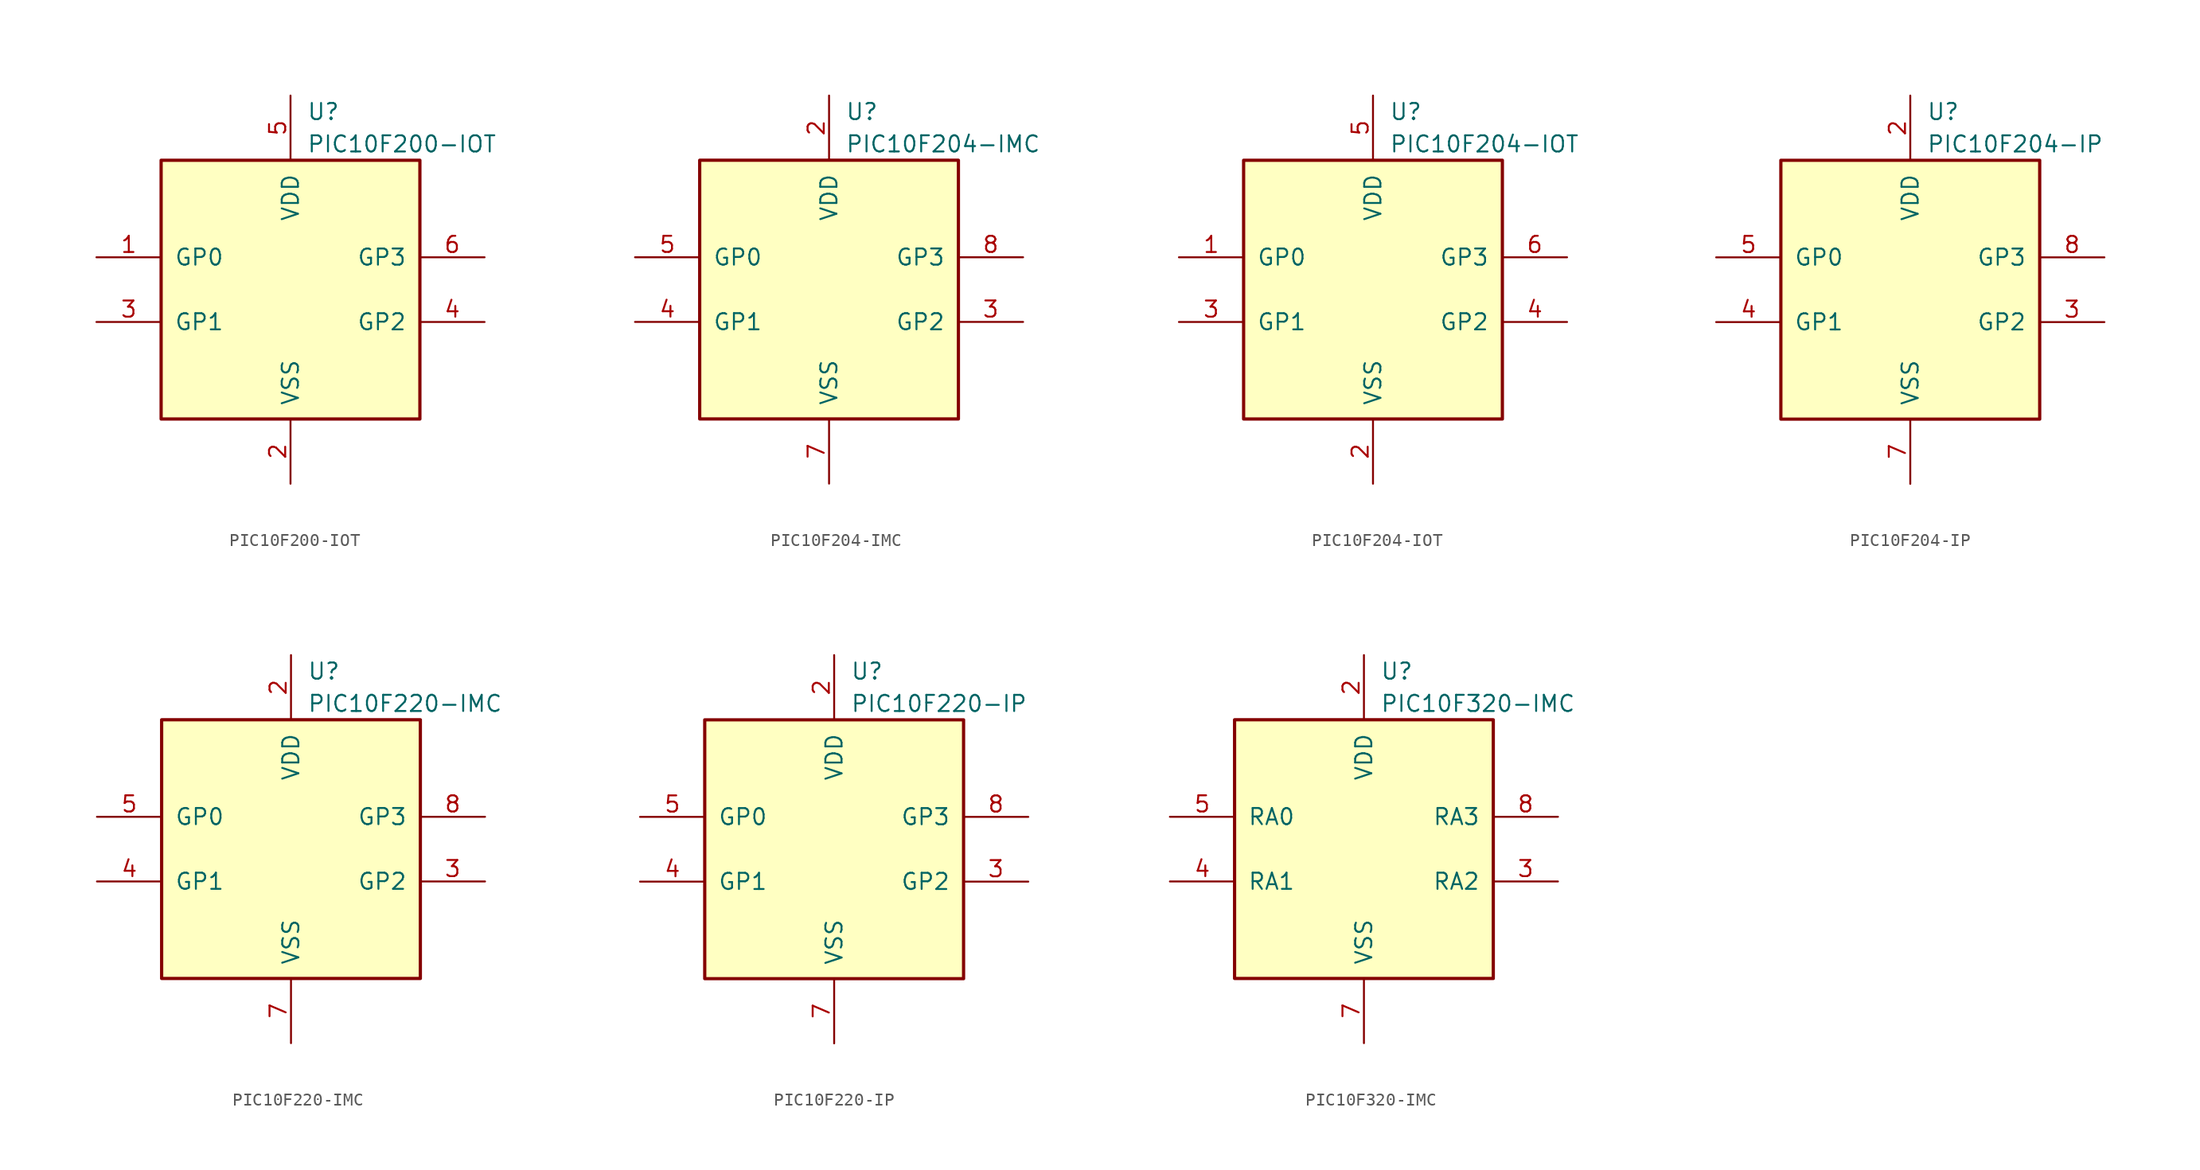
<source format=kicad_sym>
(kicad_symbol_lib
  (version 20231120)
  (generator "kicad_symbol_editor")
  (generator_version "8.0")
  (symbol "PIC10F200-IOT"
    (pin_names
      (offset 1.016))
    (property "Reference" "U"
      (at 1.27 13.97 0)
      (effects (font (size 1.27 1.27)) (justify left)))
    (property "Value" "PIC10F200-IOT"
      (at 1.27 11.43 0)
      (effects (font (size 1.27 1.27)) (justify left)))
    (symbol "PIC10F200-IOT_0_1"
      (rectangle (start -10.16 10.16) (end 10.16 -10.16) (stroke (width 0.254) (type default)) (fill (type background))))
    (symbol "PIC10F200-IOT_1_1"
      (pin bidirectional line (at -15.24 2.54 0) (length 5.08) (name "GP0" (effects (font (size 1.27 1.27)))) (number "1" (effects (font (size 1.27 1.27)))))
      (pin power_in line (at 0 -15.24 90) (length 5.08) (name "VSS" (effects (font (size 1.27 1.27)))) (number "2" (effects (font (size 1.27 1.27)))))
      (pin bidirectional line (at -15.24 -2.54 0) (length 5.08) (name "GP1" (effects (font (size 1.27 1.27)))) (number "3" (effects (font (size 1.27 1.27)))))
      (pin bidirectional line (at 15.24 -2.54 180) (length 5.08) (name "GP2" (effects (font (size 1.27 1.27)))) (number "4" (effects (font (size 1.27 1.27)))))
      (pin power_in line (at 0 15.24 270) (length 5.08) (name "VDD" (effects (font (size 1.27 1.27)))) (number "5" (effects (font (size 1.27 1.27)))))
      (pin input line (at 15.24 2.54 180) (length 5.08) (name "GP3" (effects (font (size 1.27 1.27)))) (number "6" (effects (font (size 1.27 1.27)))))))
  (symbol "PIC10F204-IMC"
    (pin_names
      (offset 1.016))
    (property "Reference" "U"
      (at 1.27 13.97 0)
      (effects (font (size 1.27 1.27)) (justify left)))
    (property "Value" "PIC10F204-IMC"
      (at 1.27 11.43 0)
      (effects (font (size 1.27 1.27)) (justify left)))
    (symbol "PIC10F204-IMC_0_1"
      (rectangle (start -10.16 10.16) (end 10.16 -10.16) (stroke (width 0.254) (type default)) (fill (type background))))
    (symbol "PIC10F204-IMC_1_1"
      (pin power_in line (at 0 15.24 270) (length 5.08) (name "VDD" (effects (font (size 1.27 1.27)))) (number "2" (effects (font (size 1.27 1.27)))))
      (pin bidirectional line (at 15.24 -2.54 180) (length 5.08) (name "GP2" (effects (font (size 1.27 1.27)))) (number "3" (effects (font (size 1.27 1.27)))))
      (pin bidirectional line (at -15.24 -2.54 0) (length 5.08) (name "GP1" (effects (font (size 1.27 1.27)))) (number "4" (effects (font (size 1.27 1.27)))))
      (pin bidirectional line (at -15.24 2.54 0) (length 5.08) (name "GP0" (effects (font (size 1.27 1.27)))) (number "5" (effects (font (size 1.27 1.27)))))
      (pin power_in line (at 0 -15.24 90) (length 5.08) (name "VSS" (effects (font (size 1.27 1.27)))) (number "7" (effects (font (size 1.27 1.27)))))
      (pin input line (at 15.24 2.54 180) (length 5.08) (name "GP3" (effects (font (size 1.27 1.27)))) (number "8" (effects (font (size 1.27 1.27)))))))
  (symbol "PIC10F204-IOT"
    (pin_names
      (offset 1.016))
    (property "Reference" "U"
      (at 1.27 13.97 0)
      (effects (font (size 1.27 1.27)) (justify left)))
    (property "Value" "PIC10F204-IOT"
      (at 1.27 11.43 0)
      (effects (font (size 1.27 1.27)) (justify left)))
    (symbol "PIC10F204-IOT_0_1"
      (rectangle (start -10.16 10.16) (end 10.16 -10.16) (stroke (width 0.254) (type default)) (fill (type background))))
    (symbol "PIC10F204-IOT_1_1"
      (pin bidirectional line (at -15.24 2.54 0) (length 5.08) (name "GP0" (effects (font (size 1.27 1.27)))) (number "1" (effects (font (size 1.27 1.27)))))
      (pin power_in line (at 0 -15.24 90) (length 5.08) (name "VSS" (effects (font (size 1.27 1.27)))) (number "2" (effects (font (size 1.27 1.27)))))
      (pin bidirectional line (at -15.24 -2.54 0) (length 5.08) (name "GP1" (effects (font (size 1.27 1.27)))) (number "3" (effects (font (size 1.27 1.27)))))
      (pin bidirectional line (at 15.24 -2.54 180) (length 5.08) (name "GP2" (effects (font (size 1.27 1.27)))) (number "4" (effects (font (size 1.27 1.27)))))
      (pin power_in line (at 0 15.24 270) (length 5.08) (name "VDD" (effects (font (size 1.27 1.27)))) (number "5" (effects (font (size 1.27 1.27)))))
      (pin input line (at 15.24 2.54 180) (length 5.08) (name "GP3" (effects (font (size 1.27 1.27)))) (number "6" (effects (font (size 1.27 1.27)))))))
  (symbol "PIC10F204-IP"
    (pin_names
      (offset 1.016))
    (property "Reference" "U"
      (at 1.27 13.97 0)
      (effects (font (size 1.27 1.27)) (justify left)))
    (property "Value" "PIC10F204-IP"
      (at 1.27 11.43 0)
      (effects (font (size 1.27 1.27)) (justify left)))
    (symbol "PIC10F204-IP_0_1"
      (rectangle (start -10.16 10.16) (end 10.16 -10.16) (stroke (width 0.254) (type default)) (fill (type background))))
    (symbol "PIC10F204-IP_1_1"
      (pin power_in line (at 0 15.24 270) (length 5.08) (name "VDD" (effects (font (size 1.27 1.27)))) (number "2" (effects (font (size 1.27 1.27)))))
      (pin bidirectional line (at 15.24 -2.54 180) (length 5.08) (name "GP2" (effects (font (size 1.27 1.27)))) (number "3" (effects (font (size 1.27 1.27)))))
      (pin bidirectional line (at -15.24 -2.54 0) (length 5.08) (name "GP1" (effects (font (size 1.27 1.27)))) (number "4" (effects (font (size 1.27 1.27)))))
      (pin bidirectional line (at -15.24 2.54 0) (length 5.08) (name "GP0" (effects (font (size 1.27 1.27)))) (number "5" (effects (font (size 1.27 1.27)))))
      (pin power_in line (at 0 -15.24 90) (length 5.08) (name "VSS" (effects (font (size 1.27 1.27)))) (number "7" (effects (font (size 1.27 1.27)))))
      (pin input line (at 15.24 2.54 180) (length 5.08) (name "GP3" (effects (font (size 1.27 1.27)))) (number "8" (effects (font (size 1.27 1.27)))))))
  (symbol "PIC10F220-IMC"
    (pin_names
      (offset 1.016))
    (property "Reference" "U"
      (at 1.27 13.97 0)
      (effects (font (size 1.27 1.27)) (justify left)))
    (property "Value" "PIC10F220-IMC"
      (at 1.27 11.43 0)
      (effects (font (size 1.27 1.27)) (justify left)))
    (symbol "PIC10F220-IMC_0_1"
      (rectangle (start -10.16 10.16) (end 10.16 -10.16) (stroke (width 0.254) (type default)) (fill (type background))))
    (symbol "PIC10F220-IMC_1_1"
      (pin power_in line (at 0 15.24 270) (length 5.08) (name "VDD" (effects (font (size 1.27 1.27)))) (number "2" (effects (font (size 1.27 1.27)))))
      (pin bidirectional line (at 15.24 -2.54 180) (length 5.08) (name "GP2" (effects (font (size 1.27 1.27)))) (number "3" (effects (font (size 1.27 1.27)))))
      (pin bidirectional line (at -15.24 -2.54 0) (length 5.08) (name "GP1" (effects (font (size 1.27 1.27)))) (number "4" (effects (font (size 1.27 1.27)))))
      (pin bidirectional line (at -15.24 2.54 0) (length 5.08) (name "GP0" (effects (font (size 1.27 1.27)))) (number "5" (effects (font (size 1.27 1.27)))))
      (pin power_in line (at 0 -15.24 90) (length 5.08) (name "VSS" (effects (font (size 1.27 1.27)))) (number "7" (effects (font (size 1.27 1.27)))))
      (pin input line (at 15.24 2.54 180) (length 5.08) (name "GP3" (effects (font (size 1.27 1.27)))) (number "8" (effects (font (size 1.27 1.27)))))))
  (symbol "PIC10F220-IP"
    (pin_names
      (offset 1.016))
    (property "Reference" "U"
      (at 1.27 13.97 0)
      (effects (font (size 1.27 1.27)) (justify left)))
    (property "Value" "PIC10F220-IP"
      (at 1.27 11.43 0)
      (effects (font (size 1.27 1.27)) (justify left)))
    (symbol "PIC10F220-IP_0_1"
      (rectangle (start -10.16 10.16) (end 10.16 -10.16) (stroke (width 0.254) (type default)) (fill (type background))))
    (symbol "PIC10F220-IP_1_1"
      (pin power_in line (at 0 15.24 270) (length 5.08) (name "VDD" (effects (font (size 1.27 1.27)))) (number "2" (effects (font (size 1.27 1.27)))))
      (pin bidirectional line (at 15.24 -2.54 180) (length 5.08) (name "GP2" (effects (font (size 1.27 1.27)))) (number "3" (effects (font (size 1.27 1.27)))))
      (pin bidirectional line (at -15.24 -2.54 0) (length 5.08) (name "GP1" (effects (font (size 1.27 1.27)))) (number "4" (effects (font (size 1.27 1.27)))))
      (pin bidirectional line (at -15.24 2.54 0) (length 5.08) (name "GP0" (effects (font (size 1.27 1.27)))) (number "5" (effects (font (size 1.27 1.27)))))
      (pin power_in line (at 0 -15.24 90) (length 5.08) (name "VSS" (effects (font (size 1.27 1.27)))) (number "7" (effects (font (size 1.27 1.27)))))
      (pin input line (at 15.24 2.54 180) (length 5.08) (name "GP3" (effects (font (size 1.27 1.27)))) (number "8" (effects (font (size 1.27 1.27)))))))
  (symbol "PIC10F320-IMC"
    (pin_names
      (offset 1.016))
    (property "Reference" "U"
      (at 1.27 13.97 0)
      (effects (font (size 1.27 1.27)) (justify left)))
    (property "Value" "PIC10F320-IMC"
      (at 1.27 11.43 0)
      (effects (font (size 1.27 1.27)) (justify left)))
    (symbol "PIC10F320-IMC_0_1"
      (rectangle (start -10.16 10.16) (end 10.16 -10.16) (stroke (width 0.254) (type default)) (fill (type background))))
    (symbol "PIC10F320-IMC_1_1"
      (pin power_in line (at 0 15.24 270) (length 5.08) (name "VDD" (effects (font (size 1.27 1.27)))) (number "2" (effects (font (size 1.27 1.27)))))
      (pin bidirectional line (at 15.24 -2.54 180) (length 5.08) (name "RA2" (effects (font (size 1.27 1.27)))) (number "3" (effects (font (size 1.27 1.27)))))
      (pin bidirectional line (at -15.24 -2.54 0) (length 5.08) (name "RA1" (effects (font (size 1.27 1.27)))) (number "4" (effects (font (size 1.27 1.27)))))
      (pin bidirectional line (at -15.24 2.54 0) (length 5.08) (name "RA0" (effects (font (size 1.27 1.27)))) (number "5" (effects (font (size 1.27 1.27)))))
      (pin power_in line (at 0 -15.24 90) (length 5.08) (name "VSS" (effects (font (size 1.27 1.27)))) (number "7" (effects (font (size 1.27 1.27)))))
      (pin input line (at 15.24 2.54 180) (length 5.08) (name "RA3" (effects (font (size 1.27 1.27)))) (number "8" (effects (font (size 1.27 1.27))))))))
</source>
